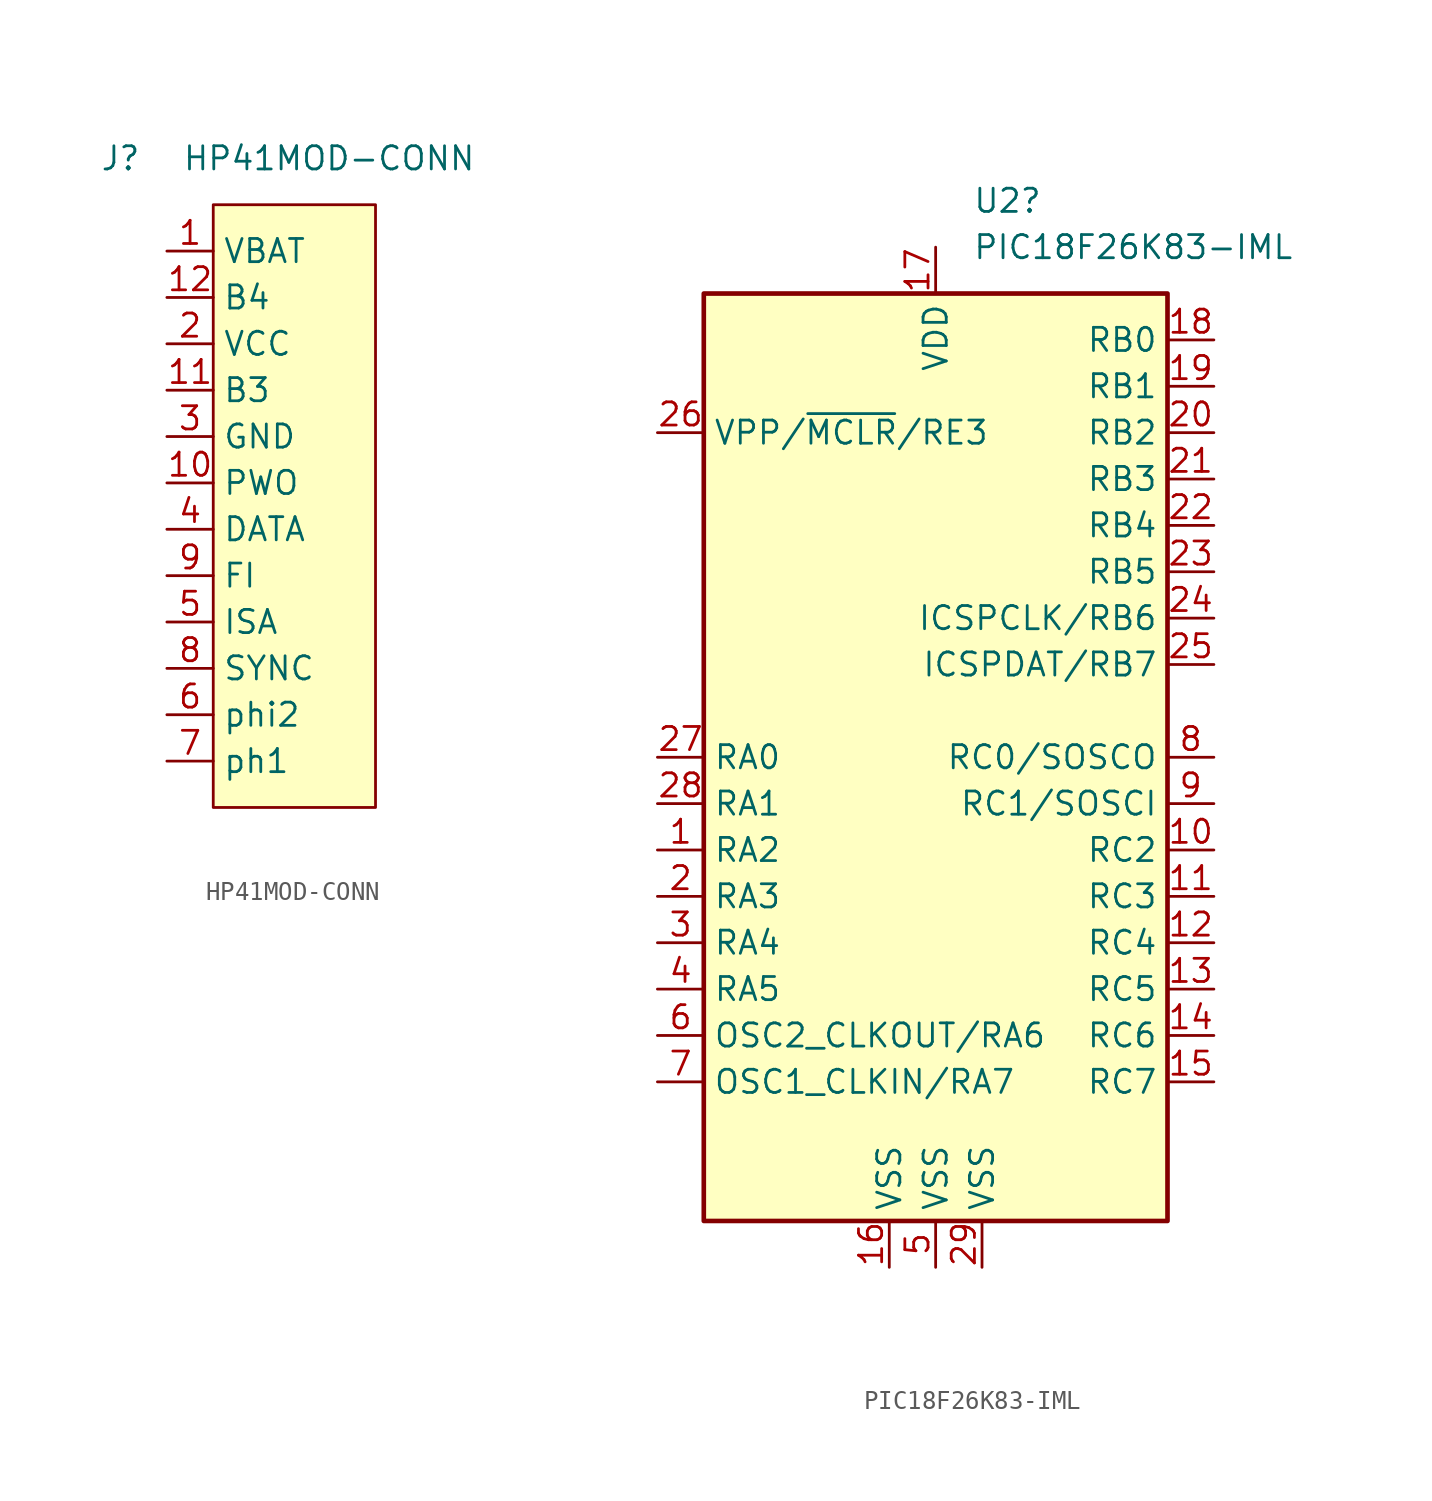
<source format=kicad_sym>
(kicad_symbol_lib
  (version 20211014)
  (generator kicad_symbol_editor)
  (symbol "HP41MOD-CONN"
    (property "Reference" "J"
      (at -5.08 2.54 0)
      (effects (font (size 1.27 1.27))))
    (property "Value" "HP41MOD-CONN"
      (at 6.35 2.54 0)
      (effects (font (size 1.27 1.27))))
    (symbol "HP41MOD-CONN_0_1"
      (rectangle (start 0 0) (end 8.89 -33.02) (stroke (width 0) (type default) (color 0 0 0 0)) (fill (type background))))
    (symbol "HP41MOD-CONN_1_1"
      (pin power_in line (at -2.54 -2.54 0) (length 2.54) (name "VBAT" (effects (font (size 1.27 1.27)))) (number "1" (effects (font (size 1.27 1.27)))))
      (pin input line (at -2.54 -15.24 0) (length 2.54) (name "PWO" (effects (font (size 1.27 1.27)))) (number "10" (effects (font (size 1.27 1.27)))))
      (pin input line (at -2.54 -10.16 0) (length 2.54) (name "B3" (effects (font (size 1.27 1.27)))) (number "11" (effects (font (size 1.27 1.27)))))
      (pin input line (at -2.54 -5.08 0) (length 2.54) (name "B4" (effects (font (size 1.27 1.27)))) (number "12" (effects (font (size 1.27 1.27)))))
      (pin power_in line (at -2.54 -7.62 0) (length 2.54) (name "VCC" (effects (font (size 1.27 1.27)))) (number "2" (effects (font (size 1.27 1.27)))))
      (pin passive line (at -2.54 -12.7 0) (length 2.54) (name "GND" (effects (font (size 1.27 1.27)))) (number "3" (effects (font (size 1.27 1.27)))))
      (pin bidirectional line (at -2.54 -17.78 0) (length 2.54) (name "DATA" (effects (font (size 1.27 1.27)))) (number "4" (effects (font (size 1.27 1.27)))))
      (pin bidirectional line (at -2.54 -22.86 0) (length 2.54) (name "ISA" (effects (font (size 1.27 1.27)))) (number "5" (effects (font (size 1.27 1.27)))))
      (pin input line (at -2.54 -27.94 0) (length 2.54) (name "phi2" (effects (font (size 1.27 1.27)))) (number "6" (effects (font (size 1.27 1.27)))))
      (pin input line (at -2.54 -30.48 0) (length 2.54) (name "ph1" (effects (font (size 1.27 1.27)))) (number "7" (effects (font (size 1.27 1.27)))))
      (pin input line (at -2.54 -25.4 0) (length 2.54) (name "SYNC" (effects (font (size 1.27 1.27)))) (number "8" (effects (font (size 1.27 1.27)))))
      (pin input line (at -2.54 -20.32 0) (length 2.54) (name "FI" (effects (font (size 1.27 1.27)))) (number "9" (effects (font (size 1.27 1.27)))))))
  (symbol "PIC18F26K83-IML"
    (property "Reference" "U2"
      (at 2.019 30.48 0)
      (effects (font (size 1.27 1.27)) (justify left)))
    (property "Value" "PIC18F26K83-IML"
      (at 2.019 27.94 0)
      (effects (font (size 1.27 1.27)) (justify left)))
    (symbol "PIC18F26K83-IML_0_1"
      (rectangle (start -12.7 -25.4) (end 12.7 25.4) (stroke (width 0.254) (type default) (color 0 0 0 0)) (fill (type background))))
    (symbol "PIC18F26K83-IML_1_1"
      (pin bidirectional line (at -15.24 -5.08 0) (length 2.54) (name "RA2" (effects (font (size 1.27 1.27)))) (number "1" (effects (font (size 1.27 1.27)))))
      (pin bidirectional line (at 15.24 -5.08 180) (length 2.54) (name "RC2" (effects (font (size 1.27 1.27)))) (number "10" (effects (font (size 1.27 1.27)))))
      (pin bidirectional line (at 15.24 -7.62 180) (length 2.54) (name "RC3" (effects (font (size 1.27 1.27)))) (number "11" (effects (font (size 1.27 1.27)))))
      (pin bidirectional line (at 15.24 -10.16 180) (length 2.54) (name "RC4" (effects (font (size 1.27 1.27)))) (number "12" (effects (font (size 1.27 1.27)))))
      (pin bidirectional line (at 15.24 -12.7 180) (length 2.54) (name "RC5" (effects (font (size 1.27 1.27)))) (number "13" (effects (font (size 1.27 1.27)))))
      (pin bidirectional line (at 15.24 -15.24 180) (length 2.54) (name "RC6" (effects (font (size 1.27 1.27)))) (number "14" (effects (font (size 1.27 1.27)))))
      (pin bidirectional line (at 15.24 -17.78 180) (length 2.54) (name "RC7" (effects (font (size 1.27 1.27)))) (number "15" (effects (font (size 1.27 1.27)))))
      (pin power_in line (at -2.54 -27.94 90) (length 2.54) (name "VSS" (effects (font (size 1.27 1.27)))) (number "16" (effects (font (size 1.27 1.27)))))
      (pin power_in line (at 0 27.94 270) (length 2.54) (name "VDD" (effects (font (size 1.27 1.27)))) (number "17" (effects (font (size 1.27 1.27)))))
      (pin bidirectional line (at 15.24 22.86 180) (length 2.54) (name "RB0" (effects (font (size 1.27 1.27)))) (number "18" (effects (font (size 1.27 1.27)))))
      (pin bidirectional line (at 15.24 20.32 180) (length 2.54) (name "RB1" (effects (font (size 1.27 1.27)))) (number "19" (effects (font (size 1.27 1.27)))))
      (pin bidirectional line (at -15.24 -7.62 0) (length 2.54) (name "RA3" (effects (font (size 1.27 1.27)))) (number "2" (effects (font (size 1.27 1.27)))))
      (pin bidirectional line (at 15.24 17.78 180) (length 2.54) (name "RB2" (effects (font (size 1.27 1.27)))) (number "20" (effects (font (size 1.27 1.27)))))
      (pin bidirectional line (at 15.24 15.24 180) (length 2.54) (name "RB3" (effects (font (size 1.27 1.27)))) (number "21" (effects (font (size 1.27 1.27)))))
      (pin bidirectional line (at 15.24 12.7 180) (length 2.54) (name "RB4" (effects (font (size 1.27 1.27)))) (number "22" (effects (font (size 1.27 1.27)))))
      (pin bidirectional line (at 15.24 10.16 180) (length 2.54) (name "RB5" (effects (font (size 1.27 1.27)))) (number "23" (effects (font (size 1.27 1.27)))))
      (pin bidirectional line (at 15.24 7.62 180) (length 2.54) (name "ICSPCLK/RB6" (effects (font (size 1.27 1.27)))) (number "24" (effects (font (size 1.27 1.27)))))
      (pin bidirectional line (at 15.24 5.08 180) (length 2.54) (name "ICSPDAT/RB7" (effects (font (size 1.27 1.27)))) (number "25" (effects (font (size 1.27 1.27)))))
      (pin input line (at -15.24 17.78 0) (length 2.54) (name "VPP/~{MCLR}/RE3" (effects (font (size 1.27 1.27)))) (number "26" (effects (font (size 1.27 1.27)))))
      (pin bidirectional line (at -15.24 0 0) (length 2.54) (name "RA0" (effects (font (size 1.27 1.27)))) (number "27" (effects (font (size 1.27 1.27)))))
      (pin bidirectional line (at -15.24 -2.54 0) (length 2.54) (name "RA1" (effects (font (size 1.27 1.27)))) (number "28" (effects (font (size 1.27 1.27)))))
      (pin power_in line (at 2.54 -27.94 90) (length 2.54) (name "VSS" (effects (font (size 1.27 1.27)))) (number "29" (effects (font (size 1.27 1.27)))))
      (pin bidirectional line (at -15.24 -10.16 0) (length 2.54) (name "RA4" (effects (font (size 1.27 1.27)))) (number "3" (effects (font (size 1.27 1.27)))))
      (pin bidirectional line (at -15.24 -12.7 0) (length 2.54) (name "RA5" (effects (font (size 1.27 1.27)))) (number "4" (effects (font (size 1.27 1.27)))))
      (pin power_in line (at 0 -27.94 90) (length 2.54) (name "VSS" (effects (font (size 1.27 1.27)))) (number "5" (effects (font (size 1.27 1.27)))))
      (pin bidirectional line (at -15.24 -15.24 0) (length 2.54) (name "OSC2_CLKOUT/RA6" (effects (font (size 1.27 1.27)))) (number "6" (effects (font (size 1.27 1.27)))))
      (pin bidirectional line (at -15.24 -17.78 0) (length 2.54) (name "OSC1_CLKIN/RA7" (effects (font (size 1.27 1.27)))) (number "7" (effects (font (size 1.27 1.27)))))
      (pin bidirectional line (at 15.24 0 180) (length 2.54) (name "RC0/SOSCO" (effects (font (size 1.27 1.27)))) (number "8" (effects (font (size 1.27 1.27)))))
      (pin bidirectional line (at 15.24 -2.54 180) (length 2.54) (name "RC1/SOSCI" (effects (font (size 1.27 1.27)))) (number "9" (effects (font (size 1.27 1.27))))))))
</source>
